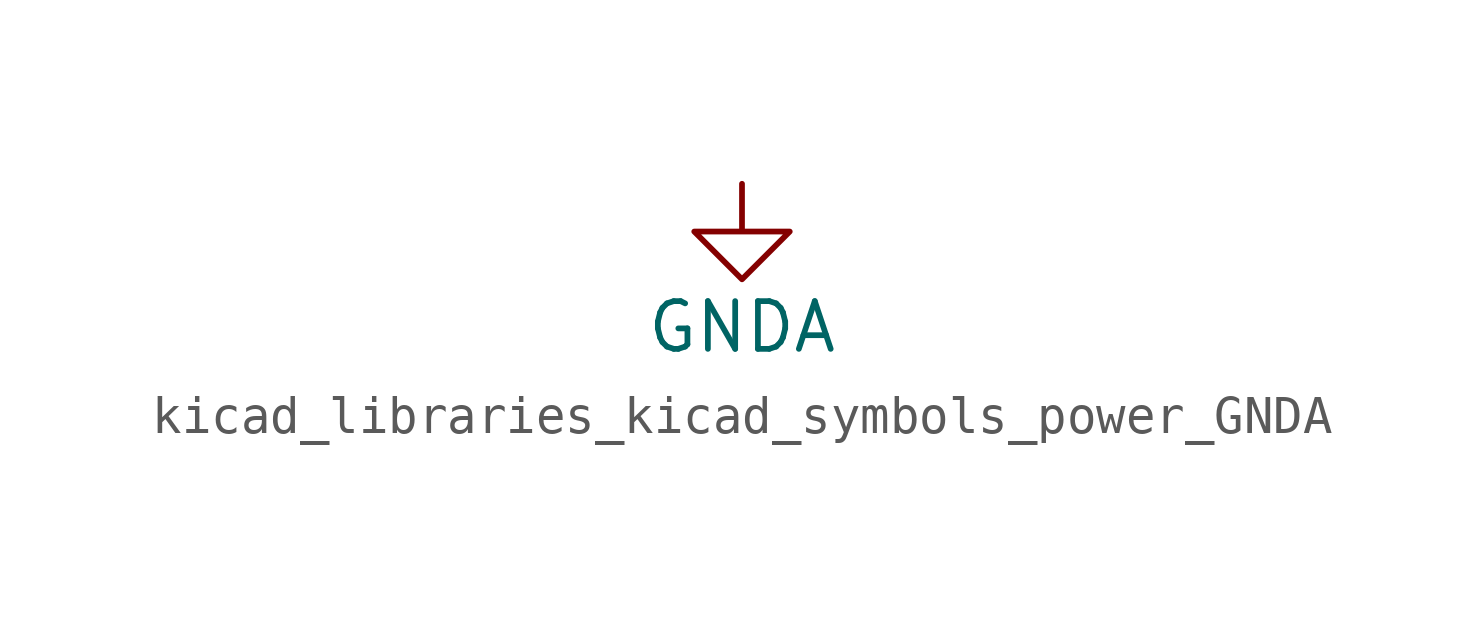
<source format=kicad_sym>
(kicad_symbol_lib
  (version 20220914)
  (generator kicad_symbol_editor)
  (symbol "kicad_libraries_kicad_symbols_power_GNDA"
    (power)
    (pin_names
      (offset 0))
    (property "Reference" "#PWR"
      (at 0 -6.35 0)
      (effects (font (size 1.27 1.27)) hide))
    (property "Value" "GNDA"
      (at 0 -3.81 0)
      (effects (font (size 1.27 1.27))))
    (symbol "kicad_libraries_kicad_symbols_power_GNDA_0_1"
      (polyline (pts (xy 0 0) (xy 0 -1.27) (xy 1.27 -1.27) (xy 0 -2.54) (xy -1.27 -1.27) (xy 0 -1.27)) (stroke (width 0) (type default)) (fill (type none))))
    (symbol "kicad_libraries_kicad_symbols_power_GNDA_1_1"
      (pin power_in line (at 0 0 270) (length 0) hide (name "GNDA" (effects (font (size 1.27 1.27)))) (number "1" (effects (font (size 1.27 1.27))))))))
</source>
